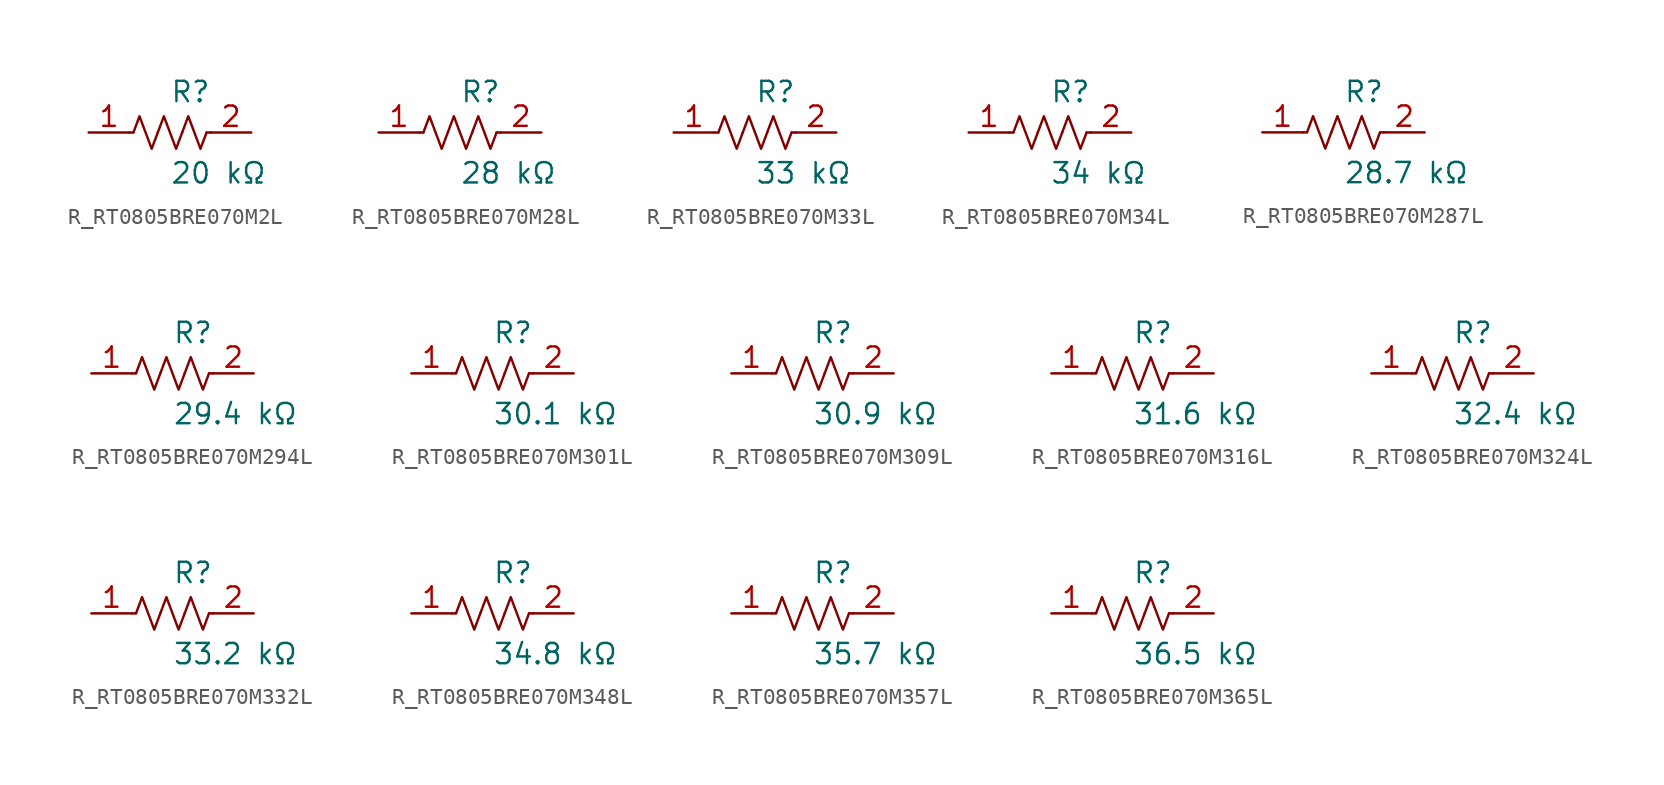
<source format=kicad_sym>
(kicad_symbol_lib
  (version 20231120)
  (generator kicad_symbol_editor)
  (generator_version 8.0)
  (symbol "R_RT0805BRE070M2L"
    (pin_names
      (offset 0.254))
    (property "Reference" "R"
      (at 0.0 2.54 0)
      (effects (font (size 1.27 1.27)) (justify left)))
    (property "Value" "20 kΩ"
      (at 0.0 -2.54 0)
      (effects (font (size 1.27 1.27)) (justify left)))
    (symbol "R_RT0805BRE070M2L_0_1"
      (polyline (pts (xy 2.286 0) (xy 2.54 0)) (stroke (width 0) (type default)) (fill (type none)))
      (polyline (pts (xy -2.286 0) (xy -2.54 0)) (stroke (width 0) (type default)) (fill (type none)))
      (polyline (pts (xy 0.762 0) (xy 1.143 1.016) (xy 1.524 0) (xy 1.905 -1.016) (xy 2.286 0)) (stroke (width 0) (type default)) (fill (type none)))
      (polyline (pts (xy -0.762 0) (xy -0.381 1.016) (xy 0 0) (xy 0.381 -1.016) (xy 0.762 0)) (stroke (width 0) (type default)) (fill (type none)))
      (polyline (pts (xy -2.286 0) (xy -1.905 1.016) (xy -1.524 0) (xy -1.143 -1.016) (xy -0.762 0)) (stroke (width 0) (type default)) (fill (type none))))
    (pin unspecified line
      (at -5.08 0 0)
      (length 2.54)
      (name "" (effects (font (size 1.27 1.27))))
      (number "1" (effects (font (size 1.27 1.27)))))
    (pin unspecified line
      (at 5.08 0 180)
      (length 2.54)
      (name "" (effects (font (size 1.27 1.27))))
      (number "2" (effects (font (size 1.27 1.27))))))
  (symbol "R_RT0805BRE070M28L"
    (pin_names
      (offset 0.254))
    (property "Reference" "R"
      (at 0.0 2.54 0)
      (effects (font (size 1.27 1.27)) (justify left)))
    (property "Value" "28 kΩ"
      (at 0.0 -2.54 0)
      (effects (font (size 1.27 1.27)) (justify left)))
    (symbol "R_RT0805BRE070M28L_0_1"
      (polyline (pts (xy 2.286 0) (xy 2.54 0)) (stroke (width 0) (type default)) (fill (type none)))
      (polyline (pts (xy -2.286 0) (xy -2.54 0)) (stroke (width 0) (type default)) (fill (type none)))
      (polyline (pts (xy 0.762 0) (xy 1.143 1.016) (xy 1.524 0) (xy 1.905 -1.016) (xy 2.286 0)) (stroke (width 0) (type default)) (fill (type none)))
      (polyline (pts (xy -0.762 0) (xy -0.381 1.016) (xy 0 0) (xy 0.381 -1.016) (xy 0.762 0)) (stroke (width 0) (type default)) (fill (type none)))
      (polyline (pts (xy -2.286 0) (xy -1.905 1.016) (xy -1.524 0) (xy -1.143 -1.016) (xy -0.762 0)) (stroke (width 0) (type default)) (fill (type none))))
    (pin unspecified line
      (at -5.08 0 0)
      (length 2.54)
      (name "" (effects (font (size 1.27 1.27))))
      (number "1" (effects (font (size 1.27 1.27)))))
    (pin unspecified line
      (at 5.08 0 180)
      (length 2.54)
      (name "" (effects (font (size 1.27 1.27))))
      (number "2" (effects (font (size 1.27 1.27))))))
  (symbol "R_RT0805BRE070M33L"
    (pin_names
      (offset 0.254))
    (property "Reference" "R"
      (at 0.0 2.54 0)
      (effects (font (size 1.27 1.27)) (justify left)))
    (property "Value" "33 kΩ"
      (at 0.0 -2.54 0)
      (effects (font (size 1.27 1.27)) (justify left)))
    (symbol "R_RT0805BRE070M33L_0_1"
      (polyline (pts (xy 2.286 0) (xy 2.54 0)) (stroke (width 0) (type default)) (fill (type none)))
      (polyline (pts (xy -2.286 0) (xy -2.54 0)) (stroke (width 0) (type default)) (fill (type none)))
      (polyline (pts (xy 0.762 0) (xy 1.143 1.016) (xy 1.524 0) (xy 1.905 -1.016) (xy 2.286 0)) (stroke (width 0) (type default)) (fill (type none)))
      (polyline (pts (xy -0.762 0) (xy -0.381 1.016) (xy 0 0) (xy 0.381 -1.016) (xy 0.762 0)) (stroke (width 0) (type default)) (fill (type none)))
      (polyline (pts (xy -2.286 0) (xy -1.905 1.016) (xy -1.524 0) (xy -1.143 -1.016) (xy -0.762 0)) (stroke (width 0) (type default)) (fill (type none))))
    (pin unspecified line
      (at -5.08 0 0)
      (length 2.54)
      (name "" (effects (font (size 1.27 1.27))))
      (number "1" (effects (font (size 1.27 1.27)))))
    (pin unspecified line
      (at 5.08 0 180)
      (length 2.54)
      (name "" (effects (font (size 1.27 1.27))))
      (number "2" (effects (font (size 1.27 1.27))))))
  (symbol "R_RT0805BRE070M34L"
    (pin_names
      (offset 0.254))
    (property "Reference" "R"
      (at 0.0 2.54 0)
      (effects (font (size 1.27 1.27)) (justify left)))
    (property "Value" "34 kΩ"
      (at 0.0 -2.54 0)
      (effects (font (size 1.27 1.27)) (justify left)))
    (symbol "R_RT0805BRE070M34L_0_1"
      (polyline (pts (xy 2.286 0) (xy 2.54 0)) (stroke (width 0) (type default)) (fill (type none)))
      (polyline (pts (xy -2.286 0) (xy -2.54 0)) (stroke (width 0) (type default)) (fill (type none)))
      (polyline (pts (xy 0.762 0) (xy 1.143 1.016) (xy 1.524 0) (xy 1.905 -1.016) (xy 2.286 0)) (stroke (width 0) (type default)) (fill (type none)))
      (polyline (pts (xy -0.762 0) (xy -0.381 1.016) (xy 0 0) (xy 0.381 -1.016) (xy 0.762 0)) (stroke (width 0) (type default)) (fill (type none)))
      (polyline (pts (xy -2.286 0) (xy -1.905 1.016) (xy -1.524 0) (xy -1.143 -1.016) (xy -0.762 0)) (stroke (width 0) (type default)) (fill (type none))))
    (pin unspecified line
      (at -5.08 0 0)
      (length 2.54)
      (name "" (effects (font (size 1.27 1.27))))
      (number "1" (effects (font (size 1.27 1.27)))))
    (pin unspecified line
      (at 5.08 0 180)
      (length 2.54)
      (name "" (effects (font (size 1.27 1.27))))
      (number "2" (effects (font (size 1.27 1.27))))))
  (symbol "R_RT0805BRE070M287L"
    (pin_names
      (offset 0.254))
    (property "Reference" "R"
      (at 0.0 2.54 0)
      (effects (font (size 1.27 1.27)) (justify left)))
    (property "Value" "28.7 kΩ"
      (at 0.0 -2.54 0)
      (effects (font (size 1.27 1.27)) (justify left)))
    (symbol "R_RT0805BRE070M287L_0_1"
      (polyline (pts (xy 2.286 0) (xy 2.54 0)) (stroke (width 0) (type default)) (fill (type none)))
      (polyline (pts (xy -2.286 0) (xy -2.54 0)) (stroke (width 0) (type default)) (fill (type none)))
      (polyline (pts (xy 0.762 0) (xy 1.143 1.016) (xy 1.524 0) (xy 1.905 -1.016) (xy 2.286 0)) (stroke (width 0) (type default)) (fill (type none)))
      (polyline (pts (xy -0.762 0) (xy -0.381 1.016) (xy 0 0) (xy 0.381 -1.016) (xy 0.762 0)) (stroke (width 0) (type default)) (fill (type none)))
      (polyline (pts (xy -2.286 0) (xy -1.905 1.016) (xy -1.524 0) (xy -1.143 -1.016) (xy -0.762 0)) (stroke (width 0) (type default)) (fill (type none))))
    (pin unspecified line
      (at -5.08 0 0)
      (length 2.54)
      (name "" (effects (font (size 1.27 1.27))))
      (number "1" (effects (font (size 1.27 1.27)))))
    (pin unspecified line
      (at 5.08 0 180)
      (length 2.54)
      (name "" (effects (font (size 1.27 1.27))))
      (number "2" (effects (font (size 1.27 1.27))))))
  (symbol "R_RT0805BRE070M294L"
    (pin_names
      (offset 0.254))
    (property "Reference" "R"
      (at 0.0 2.54 0)
      (effects (font (size 1.27 1.27)) (justify left)))
    (property "Value" "29.4 kΩ"
      (at 0.0 -2.54 0)
      (effects (font (size 1.27 1.27)) (justify left)))
    (symbol "R_RT0805BRE070M294L_0_1"
      (polyline (pts (xy 2.286 0) (xy 2.54 0)) (stroke (width 0) (type default)) (fill (type none)))
      (polyline (pts (xy -2.286 0) (xy -2.54 0)) (stroke (width 0) (type default)) (fill (type none)))
      (polyline (pts (xy 0.762 0) (xy 1.143 1.016) (xy 1.524 0) (xy 1.905 -1.016) (xy 2.286 0)) (stroke (width 0) (type default)) (fill (type none)))
      (polyline (pts (xy -0.762 0) (xy -0.381 1.016) (xy 0 0) (xy 0.381 -1.016) (xy 0.762 0)) (stroke (width 0) (type default)) (fill (type none)))
      (polyline (pts (xy -2.286 0) (xy -1.905 1.016) (xy -1.524 0) (xy -1.143 -1.016) (xy -0.762 0)) (stroke (width 0) (type default)) (fill (type none))))
    (pin unspecified line
      (at -5.08 0 0)
      (length 2.54)
      (name "" (effects (font (size 1.27 1.27))))
      (number "1" (effects (font (size 1.27 1.27)))))
    (pin unspecified line
      (at 5.08 0 180)
      (length 2.54)
      (name "" (effects (font (size 1.27 1.27))))
      (number "2" (effects (font (size 1.27 1.27))))))
  (symbol "R_RT0805BRE070M301L"
    (pin_names
      (offset 0.254))
    (property "Reference" "R"
      (at 0.0 2.54 0)
      (effects (font (size 1.27 1.27)) (justify left)))
    (property "Value" "30.1 kΩ"
      (at 0.0 -2.54 0)
      (effects (font (size 1.27 1.27)) (justify left)))
    (symbol "R_RT0805BRE070M301L_0_1"
      (polyline (pts (xy 2.286 0) (xy 2.54 0)) (stroke (width 0) (type default)) (fill (type none)))
      (polyline (pts (xy -2.286 0) (xy -2.54 0)) (stroke (width 0) (type default)) (fill (type none)))
      (polyline (pts (xy 0.762 0) (xy 1.143 1.016) (xy 1.524 0) (xy 1.905 -1.016) (xy 2.286 0)) (stroke (width 0) (type default)) (fill (type none)))
      (polyline (pts (xy -0.762 0) (xy -0.381 1.016) (xy 0 0) (xy 0.381 -1.016) (xy 0.762 0)) (stroke (width 0) (type default)) (fill (type none)))
      (polyline (pts (xy -2.286 0) (xy -1.905 1.016) (xy -1.524 0) (xy -1.143 -1.016) (xy -0.762 0)) (stroke (width 0) (type default)) (fill (type none))))
    (pin unspecified line
      (at -5.08 0 0)
      (length 2.54)
      (name "" (effects (font (size 1.27 1.27))))
      (number "1" (effects (font (size 1.27 1.27)))))
    (pin unspecified line
      (at 5.08 0 180)
      (length 2.54)
      (name "" (effects (font (size 1.27 1.27))))
      (number "2" (effects (font (size 1.27 1.27))))))
  (symbol "R_RT0805BRE070M309L"
    (pin_names
      (offset 0.254))
    (property "Reference" "R"
      (at 0.0 2.54 0)
      (effects (font (size 1.27 1.27)) (justify left)))
    (property "Value" "30.9 kΩ"
      (at 0.0 -2.54 0)
      (effects (font (size 1.27 1.27)) (justify left)))
    (symbol "R_RT0805BRE070M309L_0_1"
      (polyline (pts (xy 2.286 0) (xy 2.54 0)) (stroke (width 0) (type default)) (fill (type none)))
      (polyline (pts (xy -2.286 0) (xy -2.54 0)) (stroke (width 0) (type default)) (fill (type none)))
      (polyline (pts (xy 0.762 0) (xy 1.143 1.016) (xy 1.524 0) (xy 1.905 -1.016) (xy 2.286 0)) (stroke (width 0) (type default)) (fill (type none)))
      (polyline (pts (xy -0.762 0) (xy -0.381 1.016) (xy 0 0) (xy 0.381 -1.016) (xy 0.762 0)) (stroke (width 0) (type default)) (fill (type none)))
      (polyline (pts (xy -2.286 0) (xy -1.905 1.016) (xy -1.524 0) (xy -1.143 -1.016) (xy -0.762 0)) (stroke (width 0) (type default)) (fill (type none))))
    (pin unspecified line
      (at -5.08 0 0)
      (length 2.54)
      (name "" (effects (font (size 1.27 1.27))))
      (number "1" (effects (font (size 1.27 1.27)))))
    (pin unspecified line
      (at 5.08 0 180)
      (length 2.54)
      (name "" (effects (font (size 1.27 1.27))))
      (number "2" (effects (font (size 1.27 1.27))))))
  (symbol "R_RT0805BRE070M316L"
    (pin_names
      (offset 0.254))
    (property "Reference" "R"
      (at 0.0 2.54 0)
      (effects (font (size 1.27 1.27)) (justify left)))
    (property "Value" "31.6 kΩ"
      (at 0.0 -2.54 0)
      (effects (font (size 1.27 1.27)) (justify left)))
    (symbol "R_RT0805BRE070M316L_0_1"
      (polyline (pts (xy 2.286 0) (xy 2.54 0)) (stroke (width 0) (type default)) (fill (type none)))
      (polyline (pts (xy -2.286 0) (xy -2.54 0)) (stroke (width 0) (type default)) (fill (type none)))
      (polyline (pts (xy 0.762 0) (xy 1.143 1.016) (xy 1.524 0) (xy 1.905 -1.016) (xy 2.286 0)) (stroke (width 0) (type default)) (fill (type none)))
      (polyline (pts (xy -0.762 0) (xy -0.381 1.016) (xy 0 0) (xy 0.381 -1.016) (xy 0.762 0)) (stroke (width 0) (type default)) (fill (type none)))
      (polyline (pts (xy -2.286 0) (xy -1.905 1.016) (xy -1.524 0) (xy -1.143 -1.016) (xy -0.762 0)) (stroke (width 0) (type default)) (fill (type none))))
    (pin unspecified line
      (at -5.08 0 0)
      (length 2.54)
      (name "" (effects (font (size 1.27 1.27))))
      (number "1" (effects (font (size 1.27 1.27)))))
    (pin unspecified line
      (at 5.08 0 180)
      (length 2.54)
      (name "" (effects (font (size 1.27 1.27))))
      (number "2" (effects (font (size 1.27 1.27))))))
  (symbol "R_RT0805BRE070M324L"
    (pin_names
      (offset 0.254))
    (property "Reference" "R"
      (at 0.0 2.54 0)
      (effects (font (size 1.27 1.27)) (justify left)))
    (property "Value" "32.4 kΩ"
      (at 0.0 -2.54 0)
      (effects (font (size 1.27 1.27)) (justify left)))
    (symbol "R_RT0805BRE070M324L_0_1"
      (polyline (pts (xy 2.286 0) (xy 2.54 0)) (stroke (width 0) (type default)) (fill (type none)))
      (polyline (pts (xy -2.286 0) (xy -2.54 0)) (stroke (width 0) (type default)) (fill (type none)))
      (polyline (pts (xy 0.762 0) (xy 1.143 1.016) (xy 1.524 0) (xy 1.905 -1.016) (xy 2.286 0)) (stroke (width 0) (type default)) (fill (type none)))
      (polyline (pts (xy -0.762 0) (xy -0.381 1.016) (xy 0 0) (xy 0.381 -1.016) (xy 0.762 0)) (stroke (width 0) (type default)) (fill (type none)))
      (polyline (pts (xy -2.286 0) (xy -1.905 1.016) (xy -1.524 0) (xy -1.143 -1.016) (xy -0.762 0)) (stroke (width 0) (type default)) (fill (type none))))
    (pin unspecified line
      (at -5.08 0 0)
      (length 2.54)
      (name "" (effects (font (size 1.27 1.27))))
      (number "1" (effects (font (size 1.27 1.27)))))
    (pin unspecified line
      (at 5.08 0 180)
      (length 2.54)
      (name "" (effects (font (size 1.27 1.27))))
      (number "2" (effects (font (size 1.27 1.27))))))
  (symbol "R_RT0805BRE070M332L"
    (pin_names
      (offset 0.254))
    (property "Reference" "R"
      (at 0.0 2.54 0)
      (effects (font (size 1.27 1.27)) (justify left)))
    (property "Value" "33.2 kΩ"
      (at 0.0 -2.54 0)
      (effects (font (size 1.27 1.27)) (justify left)))
    (symbol "R_RT0805BRE070M332L_0_1"
      (polyline (pts (xy 2.286 0) (xy 2.54 0)) (stroke (width 0) (type default)) (fill (type none)))
      (polyline (pts (xy -2.286 0) (xy -2.54 0)) (stroke (width 0) (type default)) (fill (type none)))
      (polyline (pts (xy 0.762 0) (xy 1.143 1.016) (xy 1.524 0) (xy 1.905 -1.016) (xy 2.286 0)) (stroke (width 0) (type default)) (fill (type none)))
      (polyline (pts (xy -0.762 0) (xy -0.381 1.016) (xy 0 0) (xy 0.381 -1.016) (xy 0.762 0)) (stroke (width 0) (type default)) (fill (type none)))
      (polyline (pts (xy -2.286 0) (xy -1.905 1.016) (xy -1.524 0) (xy -1.143 -1.016) (xy -0.762 0)) (stroke (width 0) (type default)) (fill (type none))))
    (pin unspecified line
      (at -5.08 0 0)
      (length 2.54)
      (name "" (effects (font (size 1.27 1.27))))
      (number "1" (effects (font (size 1.27 1.27)))))
    (pin unspecified line
      (at 5.08 0 180)
      (length 2.54)
      (name "" (effects (font (size 1.27 1.27))))
      (number "2" (effects (font (size 1.27 1.27))))))
  (symbol "R_RT0805BRE070M348L"
    (pin_names
      (offset 0.254))
    (property "Reference" "R"
      (at 0.0 2.54 0)
      (effects (font (size 1.27 1.27)) (justify left)))
    (property "Value" "34.8 kΩ"
      (at 0.0 -2.54 0)
      (effects (font (size 1.27 1.27)) (justify left)))
    (symbol "R_RT0805BRE070M348L_0_1"
      (polyline (pts (xy 2.286 0) (xy 2.54 0)) (stroke (width 0) (type default)) (fill (type none)))
      (polyline (pts (xy -2.286 0) (xy -2.54 0)) (stroke (width 0) (type default)) (fill (type none)))
      (polyline (pts (xy 0.762 0) (xy 1.143 1.016) (xy 1.524 0) (xy 1.905 -1.016) (xy 2.286 0)) (stroke (width 0) (type default)) (fill (type none)))
      (polyline (pts (xy -0.762 0) (xy -0.381 1.016) (xy 0 0) (xy 0.381 -1.016) (xy 0.762 0)) (stroke (width 0) (type default)) (fill (type none)))
      (polyline (pts (xy -2.286 0) (xy -1.905 1.016) (xy -1.524 0) (xy -1.143 -1.016) (xy -0.762 0)) (stroke (width 0) (type default)) (fill (type none))))
    (pin unspecified line
      (at -5.08 0 0)
      (length 2.54)
      (name "" (effects (font (size 1.27 1.27))))
      (number "1" (effects (font (size 1.27 1.27)))))
    (pin unspecified line
      (at 5.08 0 180)
      (length 2.54)
      (name "" (effects (font (size 1.27 1.27))))
      (number "2" (effects (font (size 1.27 1.27))))))
  (symbol "R_RT0805BRE070M357L"
    (pin_names
      (offset 0.254))
    (property "Reference" "R"
      (at 0.0 2.54 0)
      (effects (font (size 1.27 1.27)) (justify left)))
    (property "Value" "35.7 kΩ"
      (at 0.0 -2.54 0)
      (effects (font (size 1.27 1.27)) (justify left)))
    (symbol "R_RT0805BRE070M357L_0_1"
      (polyline (pts (xy 2.286 0) (xy 2.54 0)) (stroke (width 0) (type default)) (fill (type none)))
      (polyline (pts (xy -2.286 0) (xy -2.54 0)) (stroke (width 0) (type default)) (fill (type none)))
      (polyline (pts (xy 0.762 0) (xy 1.143 1.016) (xy 1.524 0) (xy 1.905 -1.016) (xy 2.286 0)) (stroke (width 0) (type default)) (fill (type none)))
      (polyline (pts (xy -0.762 0) (xy -0.381 1.016) (xy 0 0) (xy 0.381 -1.016) (xy 0.762 0)) (stroke (width 0) (type default)) (fill (type none)))
      (polyline (pts (xy -2.286 0) (xy -1.905 1.016) (xy -1.524 0) (xy -1.143 -1.016) (xy -0.762 0)) (stroke (width 0) (type default)) (fill (type none))))
    (pin unspecified line
      (at -5.08 0 0)
      (length 2.54)
      (name "" (effects (font (size 1.27 1.27))))
      (number "1" (effects (font (size 1.27 1.27)))))
    (pin unspecified line
      (at 5.08 0 180)
      (length 2.54)
      (name "" (effects (font (size 1.27 1.27))))
      (number "2" (effects (font (size 1.27 1.27))))))
  (symbol "R_RT0805BRE070M365L"
    (pin_names
      (offset 0.254))
    (property "Reference" "R"
      (at 0.0 2.54 0)
      (effects (font (size 1.27 1.27)) (justify left)))
    (property "Value" "36.5 kΩ"
      (at 0.0 -2.54 0)
      (effects (font (size 1.27 1.27)) (justify left)))
    (symbol "R_RT0805BRE070M365L_0_1"
      (polyline (pts (xy 2.286 0) (xy 2.54 0)) (stroke (width 0) (type default)) (fill (type none)))
      (polyline (pts (xy -2.286 0) (xy -2.54 0)) (stroke (width 0) (type default)) (fill (type none)))
      (polyline (pts (xy 0.762 0) (xy 1.143 1.016) (xy 1.524 0) (xy 1.905 -1.016) (xy 2.286 0)) (stroke (width 0) (type default)) (fill (type none)))
      (polyline (pts (xy -0.762 0) (xy -0.381 1.016) (xy 0 0) (xy 0.381 -1.016) (xy 0.762 0)) (stroke (width 0) (type default)) (fill (type none)))
      (polyline (pts (xy -2.286 0) (xy -1.905 1.016) (xy -1.524 0) (xy -1.143 -1.016) (xy -0.762 0)) (stroke (width 0) (type default)) (fill (type none))))
    (pin unspecified line
      (at -5.08 0 0)
      (length 2.54)
      (name "" (effects (font (size 1.27 1.27))))
      (number "1" (effects (font (size 1.27 1.27)))))
    (pin unspecified line
      (at 5.08 0 180)
      (length 2.54)
      (name "" (effects (font (size 1.27 1.27))))
      (number "2" (effects (font (size 1.27 1.27)))))))
</source>
